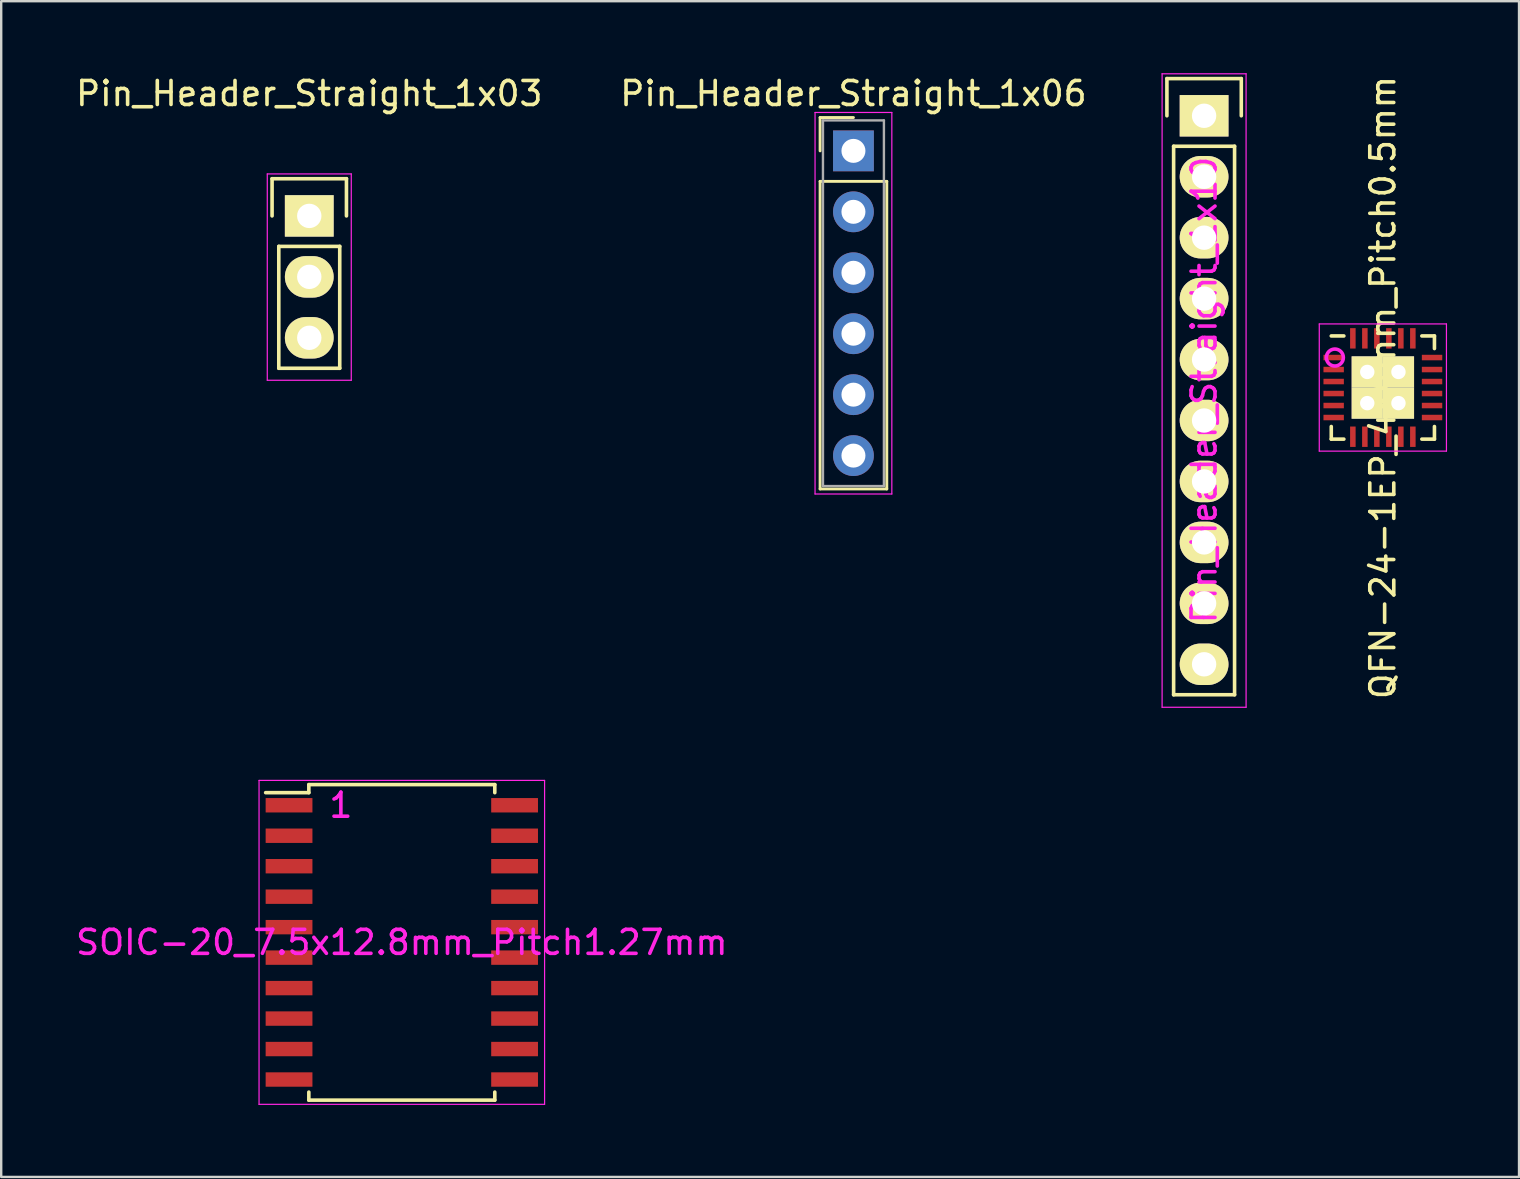
<source format=kicad_pcb>
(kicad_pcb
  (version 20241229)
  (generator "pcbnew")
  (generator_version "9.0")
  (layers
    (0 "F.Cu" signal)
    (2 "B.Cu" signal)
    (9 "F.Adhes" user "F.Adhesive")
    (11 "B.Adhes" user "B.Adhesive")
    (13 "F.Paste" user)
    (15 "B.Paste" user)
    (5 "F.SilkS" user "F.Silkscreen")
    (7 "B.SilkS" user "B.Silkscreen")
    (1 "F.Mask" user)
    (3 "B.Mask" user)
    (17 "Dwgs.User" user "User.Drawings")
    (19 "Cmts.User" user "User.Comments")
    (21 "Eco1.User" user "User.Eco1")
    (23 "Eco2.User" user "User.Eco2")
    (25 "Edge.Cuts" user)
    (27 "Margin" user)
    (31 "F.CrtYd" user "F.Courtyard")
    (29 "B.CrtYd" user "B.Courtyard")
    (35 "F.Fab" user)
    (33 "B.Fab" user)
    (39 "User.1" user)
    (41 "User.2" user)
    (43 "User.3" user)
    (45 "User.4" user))
  (footprint "Pin_Header_Straight_1x03"
    (layer "F.Cu")
    (at 9.839 5.948)
    (property "Reference" "Pin_Header_Straight_1x03" (at 0 -5.1 0) (layer "F.SilkS") (effects (font (size 1 1) (thickness 0.15))))
    (attr through_hole)
    (fp_line (start -1.55 -1.55) (end 1.55 -1.55) (stroke (width 0.15) (type solid)) (layer "F.SilkS"))
    (fp_line (start -1.55 0) (end -1.55 -1.55) (stroke (width 0.15) (type solid)) (layer "F.SilkS"))
    (fp_line (start -1.27 1.27) (end -1.27 6.35) (stroke (width 0.15) (type solid)) (layer "F.SilkS"))
    (fp_line (start -1.27 6.35) (end 1.27 6.35) (stroke (width 0.15) (type solid)) (layer "F.SilkS"))
    (fp_line (start 1.27 1.27) (end -1.27 1.27) (stroke (width 0.15) (type solid)) (layer "F.SilkS"))
    (fp_line (start 1.27 6.35) (end 1.27 1.27) (stroke (width 0.15) (type solid)) (layer "F.SilkS"))
    (fp_line (start 1.55 -1.55) (end 1.55 0) (stroke (width 0.15) (type solid)) (layer "F.SilkS"))
    (fp_line (start -1.75 -1.75) (end -1.75 6.85) (stroke (width 0.05) (type solid)) (layer "F.CrtYd"))
    (fp_line (start -1.75 -1.75) (end 1.75 -1.75) (stroke (width 0.05) (type solid)) (layer "F.CrtYd"))
    (fp_line (start -1.75 6.85) (end 1.75 6.85) (stroke (width 0.05) (type solid)) (layer "F.CrtYd"))
    (fp_line (start 1.75 -1.75) (end 1.75 6.85) (stroke (width 0.05) (type solid)) (layer "F.CrtYd"))
    (pad "1" thru_hole rect (at 0 0) (size 2.032 1.727) (drill 1.016) (layers "*.Cu" "*.Mask" "F.SilkS"))
    (pad "2" thru_hole oval (at 0 2.54) (size 2.032 1.727) (drill 1.016) (layers "*.Cu" "*.Mask" "F.SilkS"))
    (pad "3" thru_hole oval (at 0 5.08) (size 2.032 1.727) (drill 1.016) (layers "*.Cu" "*.Mask" "F.SilkS")))
  (footprint "Pin_Header_Straight_1x10"
    (layer "F.Cu")
    (at 47.132 1.775)
    (property "Reference" "Pin_Header_Straight_1x10" (at 0 11.43 90) (layer "F.CrtYd") (effects (font (size 1 1) (thickness 0.15))))
    (attr through_hole)
    (fp_line (start -1.55 -1.55) (end 1.55 -1.55) (stroke (width 0.15) (type solid)) (layer "F.SilkS"))
    (fp_line (start -1.55 0) (end -1.55 -1.55) (stroke (width 0.15) (type solid)) (layer "F.SilkS"))
    (fp_line (start -1.27 24.13) (end -1.27 1.27) (stroke (width 0.15) (type solid)) (layer "F.SilkS"))
    (fp_line (start 1.27 1.27) (end -1.27 1.27) (stroke (width 0.15) (type solid)) (layer "F.SilkS"))
    (fp_line (start 1.27 1.27) (end 1.27 24.13) (stroke (width 0.15) (type solid)) (layer "F.SilkS"))
    (fp_line (start 1.27 24.13) (end -1.27 24.13) (stroke (width 0.15) (type solid)) (layer "F.SilkS"))
    (fp_line (start 1.55 -1.55) (end 1.55 0) (stroke (width 0.15) (type solid)) (layer "F.SilkS"))
    (fp_line (start -1.75 -1.75) (end -1.75 24.65) (stroke (width 0.05) (type solid)) (layer "F.CrtYd"))
    (fp_line (start -1.75 -1.75) (end 1.75 -1.75) (stroke (width 0.05) (type solid)) (layer "F.CrtYd"))
    (fp_line (start -1.75 24.65) (end 1.75 24.65) (stroke (width 0.05) (type solid)) (layer "F.CrtYd"))
    (fp_line (start 1.75 -1.75) (end 1.75 24.65) (stroke (width 0.05) (type solid)) (layer "F.CrtYd"))
    (pad "1" thru_hole rect (at 0 0) (size 2.032 1.727) (drill 1.016) (layers "*.Cu" "*.Mask" "F.SilkS"))
    (pad "2" thru_hole oval (at 0 2.54) (size 2.032 1.727) (drill 1.016) (layers "*.Cu" "*.Mask" "F.SilkS"))
    (pad "3" thru_hole oval (at 0 5.08) (size 2.032 1.727) (drill 1.016) (layers "*.Cu" "*.Mask" "F.SilkS"))
    (pad "4" thru_hole oval (at 0 7.62) (size 2.032 1.727) (drill 1.016) (layers "*.Cu" "*.Mask" "F.SilkS"))
    (pad "5" thru_hole oval (at 0 10.16) (size 2.032 1.727) (drill 1.016) (layers "*.Cu" "*.Mask" "F.SilkS"))
    (pad "6" thru_hole oval (at 0 12.7) (size 2.032 1.727) (drill 1.016) (layers "*.Cu" "*.Mask" "F.SilkS"))
    (pad "7" thru_hole oval (at 0 15.24) (size 2.032 1.727) (drill 1.016) (layers "*.Cu" "*.Mask" "F.SilkS"))
    (pad "8" thru_hole oval (at 0 17.78) (size 2.032 1.727) (drill 1.016) (layers "*.Cu" "*.Mask" "F.SilkS"))
    (pad "9" thru_hole oval (at 0 20.32) (size 2.032 1.727) (drill 1.016) (layers "*.Cu" "*.Mask" "F.SilkS"))
    (pad "10" thru_hole oval (at 0 22.86) (size 2.032 1.727) (drill 1.016) (layers "*.Cu" "*.Mask" "F.SilkS")))
  (footprint "QFN-24-1EP_4x4mm_Pitch0.5mm"
    (layer "F.Cu")
    (at 54.582 13.101)
    (property "Reference" "QFN-24-1EP_4x4mm_Pitch0.5mm" (at 0 0 90) (layer "F.SilkS") (effects (font (size 1 1) (thickness 0.15))))
    (attr smd)
    (fp_line (start -2.15 -2.15) (end -1.625 -2.15) (stroke (width 0.15) (type solid)) (layer "F.SilkS"))
    (fp_line (start -2.15 2.15) (end -2.15 1.625) (stroke (width 0.15) (type solid)) (layer "F.SilkS"))
    (fp_line (start -2.15 2.15) (end -1.625 2.15) (stroke (width 0.15) (type solid)) (layer "F.SilkS"))
    (fp_line (start 2.15 -2.15) (end 1.625 -2.15) (stroke (width 0.15) (type solid)) (layer "F.SilkS"))
    (fp_line (start 2.15 -2.15) (end 2.15 -1.625) (stroke (width 0.15) (type solid)) (layer "F.SilkS"))
    (fp_line (start 2.15 2.15) (end 1.625 2.15) (stroke (width 0.15) (type solid)) (layer "F.SilkS"))
    (fp_line (start 2.15 2.15) (end 2.15 1.625) (stroke (width 0.15) (type solid)) (layer "F.SilkS"))
    (fp_line (start -2.65 -2.65) (end -2.65 2.65) (stroke (width 0.05) (type solid)) (layer "F.CrtYd"))
    (fp_line (start -2.65 -2.65) (end 2.65 -2.65) (stroke (width 0.05) (type solid)) (layer "F.CrtYd"))
    (fp_line (start -2.65 2.65) (end 2.65 2.65) (stroke (width 0.05) (type solid)) (layer "F.CrtYd"))
    (fp_line (start 2.65 -2.65) (end 2.65 2.65) (stroke (width 0.05) (type solid)) (layer "F.CrtYd"))
    (fp_circle (center -2 -1.25) (end -1.75 -1) (stroke (width 0.15) (type solid)) (fill no) (layer "F.CrtYd"))
    (pad "1" smd rect (at -2.05 -1.25) (size 0.85 0.23) (layers "F.Cu" "F.Mask" "F.Paste"))
    (pad "2" smd rect (at -2.05 -0.75) (size 0.85 0.23) (layers "F.Cu" "F.Mask" "F.Paste"))
    (pad "3" smd rect (at -2.05 -0.25) (size 0.85 0.23) (layers "F.Cu" "F.Mask" "F.Paste"))
    (pad "4" smd rect (at -2.05 0.25) (size 0.85 0.23) (layers "F.Cu" "F.Mask" "F.Paste"))
    (pad "5" smd rect (at -2.05 0.75) (size 0.85 0.23) (layers "F.Cu" "F.Mask" "F.Paste"))
    (pad "6" smd rect (at -2.05 1.25) (size 0.85 0.23) (layers "F.Cu" "F.Mask" "F.Paste"))
    (pad "7" smd rect (at -1.25 2.05 90) (size 0.85 0.23) (layers "F.Cu" "F.Mask" "F.Paste"))
    (pad "8" smd rect (at -0.75 2.05 90) (size 0.85 0.23) (layers "F.Cu" "F.Mask" "F.Paste"))
    (pad "9" smd rect (at -0.25 2.05 90) (size 0.85 0.23) (layers "F.Cu" "F.Mask" "F.Paste"))
    (pad "10" smd rect (at 0.25 2.05 90) (size 0.85 0.23) (layers "F.Cu" "F.Mask" "F.Paste"))
    (pad "11" smd rect (at 0.75 2.05 90) (size 0.85 0.23) (layers "F.Cu" "F.Mask" "F.Paste"))
    (pad "12" smd rect (at 1.25 2.05 90) (size 0.85 0.23) (layers "F.Cu" "F.Mask" "F.Paste"))
    (pad "13" smd rect (at 2.05 1.25) (size 0.85 0.23) (layers "F.Cu" "F.Mask" "F.Paste"))
    (pad "14" smd rect (at 2.05 0.75) (size 0.85 0.23) (layers "F.Cu" "F.Mask" "F.Paste"))
    (pad "15" smd rect (at 2.05 0.25) (size 0.85 0.23) (layers "F.Cu" "F.Mask" "F.Paste"))
    (pad "16" smd rect (at 2.05 -0.25) (size 0.85 0.23) (layers "F.Cu" "F.Mask" "F.Paste"))
    (pad "17" smd rect (at 2.05 -0.75) (size 0.85 0.23) (layers "F.Cu" "F.Mask" "F.Paste"))
    (pad "18" smd rect (at 2.05 -1.25) (size 0.85 0.23) (layers "F.Cu" "F.Mask" "F.Paste"))
    (pad "19" smd rect (at 1.25 -2.05 90) (size 0.85 0.23) (layers "F.Cu" "F.Mask" "F.Paste"))
    (pad "20" smd rect (at 0.75 -2.05 90) (size 0.85 0.23) (layers "F.Cu" "F.Mask" "F.Paste"))
    (pad "21" smd rect (at 0.25 -2.05 90) (size 0.85 0.23) (layers "F.Cu" "F.Mask" "F.Paste"))
    (pad "22" smd rect (at -0.25 -2.05 90) (size 0.85 0.23) (layers "F.Cu" "F.Mask" "F.Paste"))
    (pad "23" smd rect (at -0.75 -2.05 90) (size 0.85 0.23) (layers "F.Cu" "F.Mask" "F.Paste"))
    (pad "24" smd rect (at -1.25 -2.05 90) (size 0.85 0.23) (layers "F.Cu" "F.Mask" "F.Paste"))
    (pad "25" thru_hole rect (at -0.65 -0.65) (size 1.3 1.3) (drill 0.6) (layers "*.Cu" "*.Mask" "F.SilkS" "F.Paste"))
    (pad "25" thru_hole rect (at -0.65 0.65) (size 1.3 1.3) (drill 0.6) (layers "*.Cu" "*.Mask" "F.SilkS"))
    (pad "25" thru_hole rect (at 0.65 -0.65) (size 1.3 1.3) (drill 0.6) (layers "*.Cu" "*.Mask" "F.SilkS"))
    (pad "25" thru_hole rect (at 0.65 0.65) (size 1.3 1.3) (drill 0.6) (layers "*.Cu" "*.Mask" "F.SilkS")))
  (footprint "SOIC-20_7.5x12.8mm_Pitch1.27mm"
    (layer "F.Cu")
    (at 13.696 36.225)
    (property "Reference" "SOIC-20_7.5x12.8mm_Pitch1.27mm" (at 0 0 0) (layer "F.CrtYd") (effects (font (size 1 1) (thickness 0.15))))
    (attr smd)
    (fp_line (start -3.875 -6.575) (end -3.875 -6.24) (stroke (width 0.15) (type solid)) (layer "F.SilkS"))
    (fp_line (start -3.875 -6.575) (end 3.875 -6.575) (stroke (width 0.15) (type solid)) (layer "F.SilkS"))
    (fp_line (start -3.875 -6.24) (end -5.675 -6.24) (stroke (width 0.15) (type solid)) (layer "F.SilkS"))
    (fp_line (start -3.875 6.575) (end -3.875 6.24) (stroke (width 0.15) (type solid)) (layer "F.SilkS"))
    (fp_line (start -3.875 6.575) (end 3.875 6.575) (stroke (width 0.15) (type solid)) (layer "F.SilkS"))
    (fp_line (start 3.875 -6.575) (end 3.875 -6.24) (stroke (width 0.15) (type solid)) (layer "F.SilkS"))
    (fp_line (start 3.875 6.575) (end 3.875 6.24) (stroke (width 0.15) (type solid)) (layer "F.SilkS"))
    (fp_line (start -5.95 -6.75) (end -5.95 6.75) (stroke (width 0.05) (type solid)) (layer "F.CrtYd"))
    (fp_line (start -5.95 -6.75) (end 5.95 -6.75) (stroke (width 0.05) (type solid)) (layer "F.CrtYd"))
    (fp_line (start -5.95 6.75) (end 5.95 6.75) (stroke (width 0.05) (type solid)) (layer "F.CrtYd"))
    (fp_line (start 5.95 -6.75) (end 5.95 6.75) (stroke (width 0.05) (type solid)) (layer "F.CrtYd"))
    (fp_text user "1" (at -2.54 -5.715 0) (layer "F.CrtYd") (effects (font (size 1 1) (thickness 0.15))))
    (pad "1" smd rect (at -4.7 -5.715) (size 1.95 0.6) (layers "F.Cu" "F.Mask" "F.Paste"))
    (pad "2" smd rect (at -4.7 -4.445) (size 1.95 0.6) (layers "F.Cu" "F.Mask" "F.Paste"))
    (pad "3" smd rect (at -4.7 -3.175) (size 1.95 0.6) (layers "F.Cu" "F.Mask" "F.Paste"))
    (pad "4" smd rect (at -4.7 -1.905) (size 1.95 0.6) (layers "F.Cu" "F.Mask" "F.Paste"))
    (pad "5" smd rect (at -4.7 -0.635) (size 1.95 0.6) (layers "F.Cu" "F.Mask" "F.Paste"))
    (pad "6" smd rect (at -4.7 0.635) (size 1.95 0.6) (layers "F.Cu" "F.Mask" "F.Paste"))
    (pad "7" smd rect (at -4.7 1.905) (size 1.95 0.6) (layers "F.Cu" "F.Mask" "F.Paste"))
    (pad "8" smd rect (at -4.7 3.175) (size 1.95 0.6) (layers "F.Cu" "F.Mask" "F.Paste"))
    (pad "9" smd rect (at -4.7 4.445) (size 1.95 0.6) (layers "F.Cu" "F.Mask" "F.Paste"))
    (pad "10" smd rect (at -4.7 5.715) (size 1.95 0.6) (layers "F.Cu" "F.Mask" "F.Paste"))
    (pad "11" smd rect (at 4.7 5.715) (size 1.95 0.6) (layers "F.Cu" "F.Mask" "F.Paste"))
    (pad "12" smd rect (at 4.7 4.445) (size 1.95 0.6) (layers "F.Cu" "F.Mask" "F.Paste"))
    (pad "13" smd rect (at 4.7 3.175) (size 1.95 0.6) (layers "F.Cu" "F.Mask" "F.Paste"))
    (pad "14" smd rect (at 4.7 1.905) (size 1.95 0.6) (layers "F.Cu" "F.Mask" "F.Paste"))
    (pad "15" smd rect (at 4.7 0.635) (size 1.95 0.6) (layers "F.Cu" "F.Mask" "F.Paste"))
    (pad "16" smd rect (at 4.7 -0.635) (size 1.95 0.6) (layers "F.Cu" "F.Mask" "F.Paste"))
    (pad "17" smd rect (at 4.7 -1.905) (size 1.95 0.6) (layers "F.Cu" "F.Mask" "F.Paste"))
    (pad "18" smd rect (at 4.7 -3.175) (size 1.95 0.6) (layers "F.Cu" "F.Mask" "F.Paste"))
    (pad "19" smd rect (at 4.7 -4.445) (size 1.95 0.6) (layers "F.Cu" "F.Mask" "F.Paste"))
    (pad "20" smd rect (at 4.7 -5.715) (size 1.95 0.6) (layers "F.Cu" "F.Mask" "F.Paste")))
  (footprint "Pin_Header_Straight_1x06"
    (layer "F.Cu")
    (at 32.518 3.238)
    (property "Reference" "Pin_Header_Straight_1x06" (at 0 -2.39 0) (layer "F.SilkS") (effects (font (size 1 1) (thickness 0.15))))
    (attr through_hole)
    (fp_line (start -1.39 -1.39) (end 0 -1.39) (stroke (width 0.12) (type solid)) (layer "F.SilkS"))
    (fp_line (start -1.39 0) (end -1.39 -1.39) (stroke (width 0.12) (type solid)) (layer "F.SilkS"))
    (fp_line (start -1.39 1.27) (end -1.39 14.09) (stroke (width 0.12) (type solid)) (layer "F.SilkS"))
    (fp_line (start -1.39 14.09) (end 1.39 14.09) (stroke (width 0.12) (type solid)) (layer "F.SilkS"))
    (fp_line (start 1.39 1.27) (end -1.39 1.27) (stroke (width 0.12) (type solid)) (layer "F.SilkS"))
    (fp_line (start 1.39 14.09) (end 1.39 1.27) (stroke (width 0.12) (type solid)) (layer "F.SilkS"))
    (fp_line (start -1.6 -1.6) (end -1.6 14.3) (stroke (width 0.05) (type solid)) (layer "F.CrtYd"))
    (fp_line (start -1.6 14.3) (end 1.6 14.3) (stroke (width 0.05) (type solid)) (layer "F.CrtYd"))
    (fp_line (start 1.6 -1.6) (end -1.6 -1.6) (stroke (width 0.05) (type solid)) (layer "F.CrtYd"))
    (fp_line (start 1.6 14.3) (end 1.6 -1.6) (stroke (width 0.05) (type solid)) (layer "F.CrtYd"))
    (fp_line (start -1.27 -1.27) (end -1.27 13.97) (stroke (width 0.1) (type solid)) (layer "F.Fab"))
    (fp_line (start -1.27 13.97) (end 1.27 13.97) (stroke (width 0.1) (type solid)) (layer "F.Fab"))
    (fp_line (start 1.27 -1.27) (end -1.27 -1.27) (stroke (width 0.1) (type solid)) (layer "F.Fab"))
    (fp_line (start 1.27 13.97) (end 1.27 -1.27) (stroke (width 0.1) (type solid)) (layer "F.Fab"))
    (pad "1" thru_hole rect (at 0 0) (size 1.7 1.7) (drill 1) (layers "*.Cu" "*.Mask"))
    (pad "2" thru_hole oval (at 0 2.54) (size 1.7 1.7) (drill 1) (layers "*.Cu" "*.Mask"))
    (pad "3" thru_hole oval (at 0 5.08) (size 1.7 1.7) (drill 1) (layers "*.Cu" "*.Mask"))
    (pad "4" thru_hole oval (at 0 7.62) (size 1.7 1.7) (drill 1) (layers "*.Cu" "*.Mask"))
    (pad "5" thru_hole oval (at 0 10.16) (size 1.7 1.7) (drill 1) (layers "*.Cu" "*.Mask"))
    (pad "6" thru_hole oval (at 0 12.7) (size 1.7 1.7) (drill 1) (layers "*.Cu" "*.Mask")))
  (gr_rect
    (start -3 -3)
    (end 60.257 46)
    (stroke (width 0.1) (type default))
    (fill no)
    (layer "Edge.Cuts")))
</source>
